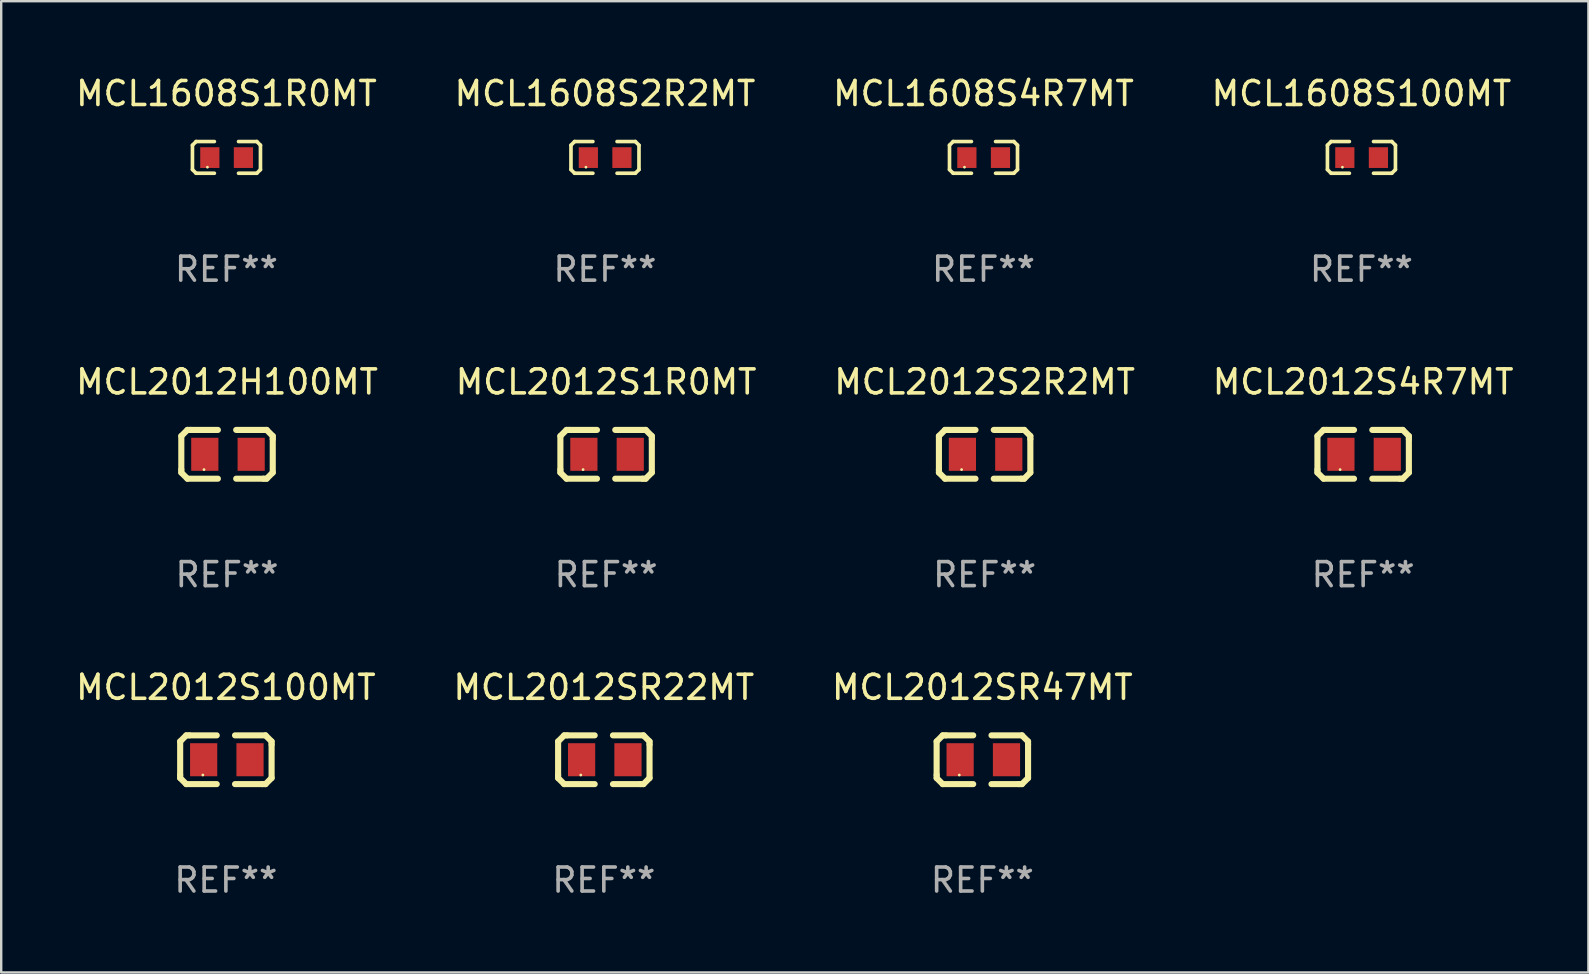
<source format=kicad_pcb>
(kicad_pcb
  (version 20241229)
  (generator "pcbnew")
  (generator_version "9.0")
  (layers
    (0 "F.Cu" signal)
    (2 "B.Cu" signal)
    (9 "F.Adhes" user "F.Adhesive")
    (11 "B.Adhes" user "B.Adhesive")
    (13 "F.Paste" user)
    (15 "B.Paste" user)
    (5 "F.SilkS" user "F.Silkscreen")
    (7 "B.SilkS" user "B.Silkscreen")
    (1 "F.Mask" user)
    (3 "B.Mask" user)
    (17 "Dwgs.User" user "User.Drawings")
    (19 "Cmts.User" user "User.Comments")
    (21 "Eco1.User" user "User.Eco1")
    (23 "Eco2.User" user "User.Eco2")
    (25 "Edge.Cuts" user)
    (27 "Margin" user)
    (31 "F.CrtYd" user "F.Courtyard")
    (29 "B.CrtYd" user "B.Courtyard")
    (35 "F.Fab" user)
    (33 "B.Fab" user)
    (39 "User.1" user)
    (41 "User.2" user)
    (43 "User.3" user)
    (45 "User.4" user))
  (footprint "MCL2012H100MT"
    (layer "F.Cu")
    (at 6.411 15.882)
    (property "Reference" "MCL2012H100MT" (at 0 -3.016 0) (layer "F.SilkS") (effects (font (size 1 1) (thickness 0.15))))
    (attr through_hole)
    (fp_line (start -1.905 -0.762) (end -1.905 0.635) (stroke (width 0.254) (type solid)) (layer "F.SilkS"))
    (fp_line (start -1.905 0.635) (end -1.905 0.762) (stroke (width 0.254) (type solid)) (layer "F.SilkS"))
    (fp_line (start -1.905 0.762) (end -1.651 1.016) (stroke (width 0.254) (type solid)) (layer "F.SilkS"))
    (fp_line (start -1.651 -1.016) (end -1.905 -0.762) (stroke (width 0.254) (type solid)) (layer "F.SilkS"))
    (fp_line (start -1.651 1.016) (end -0.381 1.016) (stroke (width 0.254) (type solid)) (layer "F.SilkS"))
    (fp_line (start -1.524 -1.016) (end -1.651 -1.016) (stroke (width 0.254) (type solid)) (layer "F.SilkS"))
    (fp_line (start -0.381 -1.016) (end -1.524 -1.016) (stroke (width 0.254) (type solid)) (layer "F.SilkS"))
    (fp_line (start 0.381 1.016) (end 1.524 1.016) (stroke (width 0.254) (type solid)) (layer "F.SilkS"))
    (fp_line (start 1.524 1.016) (end 1.651 1.016) (stroke (width 0.254) (type solid)) (layer "F.SilkS"))
    (fp_line (start 1.651 -1.016) (end 0.381 -1.016) (stroke (width 0.254) (type solid)) (layer "F.SilkS"))
    (fp_line (start 1.651 1.016) (end 1.905 0.762) (stroke (width 0.254) (type solid)) (layer "F.SilkS"))
    (fp_line (start 1.905 -0.762) (end 1.651 -1.016) (stroke (width 0.254) (type solid)) (layer "F.SilkS"))
    (fp_line (start 1.905 -0.635) (end 1.905 -0.762) (stroke (width 0.254) (type solid)) (layer "F.SilkS"))
    (fp_line (start 1.905 0.762) (end 1.905 -0.635) (stroke (width 0.254) (type solid)) (layer "F.SilkS"))
    (fp_circle (center -0.96 0.637) (end -0.93 0.637) (stroke (width 0.06) (type solid)) (fill no) (layer "F.SilkS"))
    (fp_text user "REF**" (at 0 5.016 0) (layer "F.Fab") (effects (font (size 1 1) (thickness 0.15))))
    (pad "1" smd rect (at -0.926 -0.000051) (size 1.133 1.377) (layers "F.Cu" "F.Mask" "F.Paste"))
    (pad "2" smd rect (at 1.006 -0.000051) (size 1.133 1.377) (layers "F.Cu" "F.Mask" "F.Paste")))
  (footprint "MCL1608S2R2MT"
    (layer "F.Cu")
    (at 22.161 3.509)
    (property "Reference" "MCL1608S2R2MT" (at 0 -2.661 0) (layer "F.SilkS") (effects (font (size 1 1) (thickness 0.15))))
    (attr through_hole)
    (fp_line (start -1.417 -0.508) (end -1.265 -0.661) (stroke (width 0.152) (type solid)) (layer "F.SilkS"))
    (fp_line (start -1.417 0.508) (end -1.417 -0.508) (stroke (width 0.152) (type solid)) (layer "F.SilkS"))
    (fp_line (start -1.265 -0.661) (end -0.503 -0.661) (stroke (width 0.152) (type solid)) (layer "F.SilkS"))
    (fp_line (start -1.265 0.661) (end -1.417 0.508) (stroke (width 0.152) (type solid)) (layer "F.SilkS"))
    (fp_line (start -1.265 0.661) (end -0.503 0.661) (stroke (width 0.152) (type solid)) (layer "F.SilkS"))
    (fp_line (start 1.265 -0.661) (end 0.503 -0.661) (stroke (width 0.152) (type solid)) (layer "F.SilkS"))
    (fp_line (start 1.265 -0.661) (end 1.417 -0.508) (stroke (width 0.152) (type solid)) (layer "F.SilkS"))
    (fp_line (start 1.265 0.661) (end 0.503 0.661) (stroke (width 0.152) (type solid)) (layer "F.SilkS"))
    (fp_line (start 1.417 -0.508) (end 1.417 0.508) (stroke (width 0.152) (type solid)) (layer "F.SilkS"))
    (fp_line (start 1.417 0.508) (end 1.265 0.661) (stroke (width 0.152) (type solid)) (layer "F.SilkS"))
    (fp_circle (center -0.793 0.409) (end -0.763 0.409) (stroke (width 0.06) (type solid)) (fill no) (layer "F.SilkS"))
    (fp_text user "REF**" (at 0 4.661 0) (layer "F.Fab") (effects (font (size 1 1) (thickness 0.15))))
    (pad "1" smd rect (at -0.693 0.009 180) (size 0.8 0.864) (layers "F.Cu" "F.Mask" "F.Paste"))
    (pad "2" smd rect (at 0.707 0.009 180) (size 0.8 0.864) (layers "F.Cu" "F.Mask" "F.Paste")))
  (footprint "MCL1608S100MT"
    (layer "F.Cu")
    (at 53.685 3.509)
    (property "Reference" "MCL1608S100MT" (at 0 -2.661 0) (layer "F.SilkS") (effects (font (size 1 1) (thickness 0.15))))
    (attr through_hole)
    (fp_line (start -1.417 -0.508) (end -1.265 -0.661) (stroke (width 0.152) (type solid)) (layer "F.SilkS"))
    (fp_line (start -1.417 0.508) (end -1.417 -0.508) (stroke (width 0.152) (type solid)) (layer "F.SilkS"))
    (fp_line (start -1.265 -0.661) (end -0.503 -0.661) (stroke (width 0.152) (type solid)) (layer "F.SilkS"))
    (fp_line (start -1.265 0.661) (end -1.417 0.508) (stroke (width 0.152) (type solid)) (layer "F.SilkS"))
    (fp_line (start -1.265 0.661) (end -0.503 0.661) (stroke (width 0.152) (type solid)) (layer "F.SilkS"))
    (fp_line (start 1.265 -0.661) (end 0.503 -0.661) (stroke (width 0.152) (type solid)) (layer "F.SilkS"))
    (fp_line (start 1.265 -0.661) (end 1.417 -0.508) (stroke (width 0.152) (type solid)) (layer "F.SilkS"))
    (fp_line (start 1.265 0.661) (end 0.503 0.661) (stroke (width 0.152) (type solid)) (layer "F.SilkS"))
    (fp_line (start 1.417 -0.508) (end 1.417 0.508) (stroke (width 0.152) (type solid)) (layer "F.SilkS"))
    (fp_line (start 1.417 0.508) (end 1.265 0.661) (stroke (width 0.152) (type solid)) (layer "F.SilkS"))
    (fp_circle (center -0.793 0.409) (end -0.763 0.409) (stroke (width 0.06) (type solid)) (fill no) (layer "F.SilkS"))
    (fp_text user "REF**" (at 0 4.661 0) (layer "F.Fab") (effects (font (size 1 1) (thickness 0.15))))
    (pad "1" smd rect (at -0.693 0.009 180) (size 0.8 0.864) (layers "F.Cu" "F.Mask" "F.Paste"))
    (pad "2" smd rect (at 0.707 0.009 180) (size 0.8 0.864) (layers "F.Cu" "F.Mask" "F.Paste")))
  (footprint "MCL2012S4R7MT"
    (layer "F.Cu")
    (at 53.756 15.882)
    (property "Reference" "MCL2012S4R7MT" (at 0 -3.016 0) (layer "F.SilkS") (effects (font (size 1 1) (thickness 0.15))))
    (attr through_hole)
    (fp_line (start -1.905 -0.762) (end -1.905 0.635) (stroke (width 0.254) (type solid)) (layer "F.SilkS"))
    (fp_line (start -1.905 0.635) (end -1.905 0.762) (stroke (width 0.254) (type solid)) (layer "F.SilkS"))
    (fp_line (start -1.905 0.762) (end -1.651 1.016) (stroke (width 0.254) (type solid)) (layer "F.SilkS"))
    (fp_line (start -1.651 -1.016) (end -1.905 -0.762) (stroke (width 0.254) (type solid)) (layer "F.SilkS"))
    (fp_line (start -1.651 1.016) (end -0.381 1.016) (stroke (width 0.254) (type solid)) (layer "F.SilkS"))
    (fp_line (start -1.524 -1.016) (end -1.651 -1.016) (stroke (width 0.254) (type solid)) (layer "F.SilkS"))
    (fp_line (start -0.381 -1.016) (end -1.524 -1.016) (stroke (width 0.254) (type solid)) (layer "F.SilkS"))
    (fp_line (start 0.381 1.016) (end 1.524 1.016) (stroke (width 0.254) (type solid)) (layer "F.SilkS"))
    (fp_line (start 1.524 1.016) (end 1.651 1.016) (stroke (width 0.254) (type solid)) (layer "F.SilkS"))
    (fp_line (start 1.651 -1.016) (end 0.381 -1.016) (stroke (width 0.254) (type solid)) (layer "F.SilkS"))
    (fp_line (start 1.651 1.016) (end 1.905 0.762) (stroke (width 0.254) (type solid)) (layer "F.SilkS"))
    (fp_line (start 1.905 -0.762) (end 1.651 -1.016) (stroke (width 0.254) (type solid)) (layer "F.SilkS"))
    (fp_line (start 1.905 -0.635) (end 1.905 -0.762) (stroke (width 0.254) (type solid)) (layer "F.SilkS"))
    (fp_line (start 1.905 0.762) (end 1.905 -0.635) (stroke (width 0.254) (type solid)) (layer "F.SilkS"))
    (fp_circle (center -0.96 0.637) (end -0.93 0.637) (stroke (width 0.06) (type solid)) (fill no) (layer "F.SilkS"))
    (fp_text user "REF**" (at 0 5.016 0) (layer "F.Fab") (effects (font (size 1 1) (thickness 0.15))))
    (pad "1" smd rect (at -0.926 -0.000051) (size 1.133 1.377) (layers "F.Cu" "F.Mask" "F.Paste"))
    (pad "2" smd rect (at 1.006 -0.000051) (size 1.133 1.377) (layers "F.Cu" "F.Mask" "F.Paste")))
  (footprint "MCL2012SR47MT"
    (layer "F.Cu")
    (at 37.887 28.61)
    (property "Reference" "MCL2012SR47MT" (at 0 -3.016 0) (layer "F.SilkS") (effects (font (size 1 1) (thickness 0.15))))
    (attr through_hole)
    (fp_line (start -1.905 -0.762) (end -1.905 0.635) (stroke (width 0.254) (type solid)) (layer "F.SilkS"))
    (fp_line (start -1.905 0.635) (end -1.905 0.762) (stroke (width 0.254) (type solid)) (layer "F.SilkS"))
    (fp_line (start -1.905 0.762) (end -1.651 1.016) (stroke (width 0.254) (type solid)) (layer "F.SilkS"))
    (fp_line (start -1.651 -1.016) (end -1.905 -0.762) (stroke (width 0.254) (type solid)) (layer "F.SilkS"))
    (fp_line (start -1.651 1.016) (end -0.381 1.016) (stroke (width 0.254) (type solid)) (layer "F.SilkS"))
    (fp_line (start -1.524 -1.016) (end -1.651 -1.016) (stroke (width 0.254) (type solid)) (layer "F.SilkS"))
    (fp_line (start -0.381 -1.016) (end -1.524 -1.016) (stroke (width 0.254) (type solid)) (layer "F.SilkS"))
    (fp_line (start 0.381 1.016) (end 1.524 1.016) (stroke (width 0.254) (type solid)) (layer "F.SilkS"))
    (fp_line (start 1.524 1.016) (end 1.651 1.016) (stroke (width 0.254) (type solid)) (layer "F.SilkS"))
    (fp_line (start 1.651 -1.016) (end 0.381 -1.016) (stroke (width 0.254) (type solid)) (layer "F.SilkS"))
    (fp_line (start 1.651 1.016) (end 1.905 0.762) (stroke (width 0.254) (type solid)) (layer "F.SilkS"))
    (fp_line (start 1.905 -0.762) (end 1.651 -1.016) (stroke (width 0.254) (type solid)) (layer "F.SilkS"))
    (fp_line (start 1.905 -0.635) (end 1.905 -0.762) (stroke (width 0.254) (type solid)) (layer "F.SilkS"))
    (fp_line (start 1.905 0.762) (end 1.905 -0.635) (stroke (width 0.254) (type solid)) (layer "F.SilkS"))
    (fp_circle (center -0.96 0.637) (end -0.93 0.637) (stroke (width 0.06) (type solid)) (fill no) (layer "F.SilkS"))
    (fp_text user "REF**" (at 0 5.016 0) (layer "F.Fab") (effects (font (size 1 1) (thickness 0.15))))
    (pad "1" smd rect (at -0.926 -0.000051) (size 1.133 1.377) (layers "F.Cu" "F.Mask" "F.Paste"))
    (pad "2" smd rect (at 1.006 -0.000051) (size 1.133 1.377) (layers "F.Cu" "F.Mask" "F.Paste")))
  (footprint "MCL2012S100MT"
    (layer "F.Cu")
    (at 6.363 28.61)
    (property "Reference" "MCL2012S100MT" (at 0 -3.016 0) (layer "F.SilkS") (effects (font (size 1 1) (thickness 0.15))))
    (attr through_hole)
    (fp_line (start -1.905 -0.762) (end -1.905 0.635) (stroke (width 0.254) (type solid)) (layer "F.SilkS"))
    (fp_line (start -1.905 0.635) (end -1.905 0.762) (stroke (width 0.254) (type solid)) (layer "F.SilkS"))
    (fp_line (start -1.905 0.762) (end -1.651 1.016) (stroke (width 0.254) (type solid)) (layer "F.SilkS"))
    (fp_line (start -1.651 -1.016) (end -1.905 -0.762) (stroke (width 0.254) (type solid)) (layer "F.SilkS"))
    (fp_line (start -1.651 1.016) (end -0.381 1.016) (stroke (width 0.254) (type solid)) (layer "F.SilkS"))
    (fp_line (start -1.524 -1.016) (end -1.651 -1.016) (stroke (width 0.254) (type solid)) (layer "F.SilkS"))
    (fp_line (start -0.381 -1.016) (end -1.524 -1.016) (stroke (width 0.254) (type solid)) (layer "F.SilkS"))
    (fp_line (start 0.381 1.016) (end 1.524 1.016) (stroke (width 0.254) (type solid)) (layer "F.SilkS"))
    (fp_line (start 1.524 1.016) (end 1.651 1.016) (stroke (width 0.254) (type solid)) (layer "F.SilkS"))
    (fp_line (start 1.651 -1.016) (end 0.381 -1.016) (stroke (width 0.254) (type solid)) (layer "F.SilkS"))
    (fp_line (start 1.651 1.016) (end 1.905 0.762) (stroke (width 0.254) (type solid)) (layer "F.SilkS"))
    (fp_line (start 1.905 -0.762) (end 1.651 -1.016) (stroke (width 0.254) (type solid)) (layer "F.SilkS"))
    (fp_line (start 1.905 -0.635) (end 1.905 -0.762) (stroke (width 0.254) (type solid)) (layer "F.SilkS"))
    (fp_line (start 1.905 0.762) (end 1.905 -0.635) (stroke (width 0.254) (type solid)) (layer "F.SilkS"))
    (fp_circle (center -0.96 0.637) (end -0.93 0.637) (stroke (width 0.06) (type solid)) (fill no) (layer "F.SilkS"))
    (fp_text user "REF**" (at 0 5.016 0) (layer "F.Fab") (effects (font (size 1 1) (thickness 0.15))))
    (pad "1" smd rect (at -0.926 -0.000051) (size 1.133 1.377) (layers "F.Cu" "F.Mask" "F.Paste"))
    (pad "2" smd rect (at 1.006 -0.000051) (size 1.133 1.377) (layers "F.Cu" "F.Mask" "F.Paste")))
  (footprint "MCL1608S4R7MT"
    (layer "F.Cu")
    (at 37.935 3.509)
    (property "Reference" "MCL1608S4R7MT" (at 0 -2.661 0) (layer "F.SilkS") (effects (font (size 1 1) (thickness 0.15))))
    (attr through_hole)
    (fp_line (start -1.417 -0.508) (end -1.265 -0.661) (stroke (width 0.152) (type solid)) (layer "F.SilkS"))
    (fp_line (start -1.417 0.508) (end -1.417 -0.508) (stroke (width 0.152) (type solid)) (layer "F.SilkS"))
    (fp_line (start -1.265 -0.661) (end -0.503 -0.661) (stroke (width 0.152) (type solid)) (layer "F.SilkS"))
    (fp_line (start -1.265 0.661) (end -1.417 0.508) (stroke (width 0.152) (type solid)) (layer "F.SilkS"))
    (fp_line (start -1.265 0.661) (end -0.503 0.661) (stroke (width 0.152) (type solid)) (layer "F.SilkS"))
    (fp_line (start 1.265 -0.661) (end 0.503 -0.661) (stroke (width 0.152) (type solid)) (layer "F.SilkS"))
    (fp_line (start 1.265 -0.661) (end 1.417 -0.508) (stroke (width 0.152) (type solid)) (layer "F.SilkS"))
    (fp_line (start 1.265 0.661) (end 0.503 0.661) (stroke (width 0.152) (type solid)) (layer "F.SilkS"))
    (fp_line (start 1.417 -0.508) (end 1.417 0.508) (stroke (width 0.152) (type solid)) (layer "F.SilkS"))
    (fp_line (start 1.417 0.508) (end 1.265 0.661) (stroke (width 0.152) (type solid)) (layer "F.SilkS"))
    (fp_circle (center -0.793 0.409) (end -0.763 0.409) (stroke (width 0.06) (type solid)) (fill no) (layer "F.SilkS"))
    (fp_text user "REF**" (at 0 4.661 0) (layer "F.Fab") (effects (font (size 1 1) (thickness 0.15))))
    (pad "1" smd rect (at -0.693 0.009 180) (size 0.8 0.864) (layers "F.Cu" "F.Mask" "F.Paste"))
    (pad "2" smd rect (at 0.707 0.009 180) (size 0.8 0.864) (layers "F.Cu" "F.Mask" "F.Paste")))
  (footprint "MCL1608S1R0MT"
    (layer "F.Cu")
    (at 6.387 3.509)
    (property "Reference" "MCL1608S1R0MT" (at 0 -2.661 0) (layer "F.SilkS") (effects (font (size 1 1) (thickness 0.15))))
    (attr through_hole)
    (fp_line (start -1.417 -0.508) (end -1.265 -0.661) (stroke (width 0.152) (type solid)) (layer "F.SilkS"))
    (fp_line (start -1.417 0.508) (end -1.417 -0.508) (stroke (width 0.152) (type solid)) (layer "F.SilkS"))
    (fp_line (start -1.265 -0.661) (end -0.503 -0.661) (stroke (width 0.152) (type solid)) (layer "F.SilkS"))
    (fp_line (start -1.265 0.661) (end -1.417 0.508) (stroke (width 0.152) (type solid)) (layer "F.SilkS"))
    (fp_line (start -1.265 0.661) (end -0.503 0.661) (stroke (width 0.152) (type solid)) (layer "F.SilkS"))
    (fp_line (start 1.265 -0.661) (end 0.503 -0.661) (stroke (width 0.152) (type solid)) (layer "F.SilkS"))
    (fp_line (start 1.265 -0.661) (end 1.417 -0.508) (stroke (width 0.152) (type solid)) (layer "F.SilkS"))
    (fp_line (start 1.265 0.661) (end 0.503 0.661) (stroke (width 0.152) (type solid)) (layer "F.SilkS"))
    (fp_line (start 1.417 -0.508) (end 1.417 0.508) (stroke (width 0.152) (type solid)) (layer "F.SilkS"))
    (fp_line (start 1.417 0.508) (end 1.265 0.661) (stroke (width 0.152) (type solid)) (layer "F.SilkS"))
    (fp_circle (center -0.793 0.409) (end -0.763 0.409) (stroke (width 0.06) (type solid)) (fill no) (layer "F.SilkS"))
    (fp_text user "REF**" (at 0 4.661 0) (layer "F.Fab") (effects (font (size 1 1) (thickness 0.15))))
    (pad "1" smd rect (at -0.693 0.009 180) (size 0.8 0.864) (layers "F.Cu" "F.Mask" "F.Paste"))
    (pad "2" smd rect (at 0.707 0.009 180) (size 0.8 0.864) (layers "F.Cu" "F.Mask" "F.Paste")))
  (footprint "MCL2012S1R0MT"
    (layer "F.Cu")
    (at 22.208 15.882)
    (property "Reference" "MCL2012S1R0MT" (at 0 -3.016 0) (layer "F.SilkS") (effects (font (size 1 1) (thickness 0.15))))
    (attr through_hole)
    (fp_line (start -1.905 -0.762) (end -1.905 0.635) (stroke (width 0.254) (type solid)) (layer "F.SilkS"))
    (fp_line (start -1.905 0.635) (end -1.905 0.762) (stroke (width 0.254) (type solid)) (layer "F.SilkS"))
    (fp_line (start -1.905 0.762) (end -1.651 1.016) (stroke (width 0.254) (type solid)) (layer "F.SilkS"))
    (fp_line (start -1.651 -1.016) (end -1.905 -0.762) (stroke (width 0.254) (type solid)) (layer "F.SilkS"))
    (fp_line (start -1.651 1.016) (end -0.381 1.016) (stroke (width 0.254) (type solid)) (layer "F.SilkS"))
    (fp_line (start -1.524 -1.016) (end -1.651 -1.016) (stroke (width 0.254) (type solid)) (layer "F.SilkS"))
    (fp_line (start -0.381 -1.016) (end -1.524 -1.016) (stroke (width 0.254) (type solid)) (layer "F.SilkS"))
    (fp_line (start 0.381 1.016) (end 1.524 1.016) (stroke (width 0.254) (type solid)) (layer "F.SilkS"))
    (fp_line (start 1.524 1.016) (end 1.651 1.016) (stroke (width 0.254) (type solid)) (layer "F.SilkS"))
    (fp_line (start 1.651 -1.016) (end 0.381 -1.016) (stroke (width 0.254) (type solid)) (layer "F.SilkS"))
    (fp_line (start 1.651 1.016) (end 1.905 0.762) (stroke (width 0.254) (type solid)) (layer "F.SilkS"))
    (fp_line (start 1.905 -0.762) (end 1.651 -1.016) (stroke (width 0.254) (type solid)) (layer "F.SilkS"))
    (fp_line (start 1.905 -0.635) (end 1.905 -0.762) (stroke (width 0.254) (type solid)) (layer "F.SilkS"))
    (fp_line (start 1.905 0.762) (end 1.905 -0.635) (stroke (width 0.254) (type solid)) (layer "F.SilkS"))
    (fp_circle (center -0.96 0.637) (end -0.93 0.637) (stroke (width 0.06) (type solid)) (fill no) (layer "F.SilkS"))
    (fp_text user "REF**" (at 0 5.016 0) (layer "F.Fab") (effects (font (size 1 1) (thickness 0.15))))
    (pad "1" smd rect (at -0.926 -0.000051) (size 1.133 1.377) (layers "F.Cu" "F.Mask" "F.Paste"))
    (pad "2" smd rect (at 1.006 -0.000051) (size 1.133 1.377) (layers "F.Cu" "F.Mask" "F.Paste")))
  (footprint "MCL2012SR22MT"
    (layer "F.Cu")
    (at 22.113 28.61)
    (property "Reference" "MCL2012SR22MT" (at 0 -3.016 0) (layer "F.SilkS") (effects (font (size 1 1) (thickness 0.15))))
    (attr through_hole)
    (fp_line (start -1.905 -0.762) (end -1.905 0.635) (stroke (width 0.254) (type solid)) (layer "F.SilkS"))
    (fp_line (start -1.905 0.635) (end -1.905 0.762) (stroke (width 0.254) (type solid)) (layer "F.SilkS"))
    (fp_line (start -1.905 0.762) (end -1.651 1.016) (stroke (width 0.254) (type solid)) (layer "F.SilkS"))
    (fp_line (start -1.651 -1.016) (end -1.905 -0.762) (stroke (width 0.254) (type solid)) (layer "F.SilkS"))
    (fp_line (start -1.651 1.016) (end -0.381 1.016) (stroke (width 0.254) (type solid)) (layer "F.SilkS"))
    (fp_line (start -1.524 -1.016) (end -1.651 -1.016) (stroke (width 0.254) (type solid)) (layer "F.SilkS"))
    (fp_line (start -0.381 -1.016) (end -1.524 -1.016) (stroke (width 0.254) (type solid)) (layer "F.SilkS"))
    (fp_line (start 0.381 1.016) (end 1.524 1.016) (stroke (width 0.254) (type solid)) (layer "F.SilkS"))
    (fp_line (start 1.524 1.016) (end 1.651 1.016) (stroke (width 0.254) (type solid)) (layer "F.SilkS"))
    (fp_line (start 1.651 -1.016) (end 0.381 -1.016) (stroke (width 0.254) (type solid)) (layer "F.SilkS"))
    (fp_line (start 1.651 1.016) (end 1.905 0.762) (stroke (width 0.254) (type solid)) (layer "F.SilkS"))
    (fp_line (start 1.905 -0.762) (end 1.651 -1.016) (stroke (width 0.254) (type solid)) (layer "F.SilkS"))
    (fp_line (start 1.905 -0.635) (end 1.905 -0.762) (stroke (width 0.254) (type solid)) (layer "F.SilkS"))
    (fp_line (start 1.905 0.762) (end 1.905 -0.635) (stroke (width 0.254) (type solid)) (layer "F.SilkS"))
    (fp_circle (center -0.96 0.637) (end -0.93 0.637) (stroke (width 0.06) (type solid)) (fill no) (layer "F.SilkS"))
    (fp_text user "REF**" (at 0 5.016 0) (layer "F.Fab") (effects (font (size 1 1) (thickness 0.15))))
    (pad "1" smd rect (at -0.926 -0.000051) (size 1.133 1.377) (layers "F.Cu" "F.Mask" "F.Paste"))
    (pad "2" smd rect (at 1.006 -0.000051) (size 1.133 1.377) (layers "F.Cu" "F.Mask" "F.Paste")))
  (footprint "MCL2012S2R2MT"
    (layer "F.Cu")
    (at 37.982 15.882)
    (property "Reference" "MCL2012S2R2MT" (at 0 -3.016 0) (layer "F.SilkS") (effects (font (size 1 1) (thickness 0.15))))
    (attr through_hole)
    (fp_line (start -1.905 -0.762) (end -1.905 0.635) (stroke (width 0.254) (type solid)) (layer "F.SilkS"))
    (fp_line (start -1.905 0.635) (end -1.905 0.762) (stroke (width 0.254) (type solid)) (layer "F.SilkS"))
    (fp_line (start -1.905 0.762) (end -1.651 1.016) (stroke (width 0.254) (type solid)) (layer "F.SilkS"))
    (fp_line (start -1.651 -1.016) (end -1.905 -0.762) (stroke (width 0.254) (type solid)) (layer "F.SilkS"))
    (fp_line (start -1.651 1.016) (end -0.381 1.016) (stroke (width 0.254) (type solid)) (layer "F.SilkS"))
    (fp_line (start -1.524 -1.016) (end -1.651 -1.016) (stroke (width 0.254) (type solid)) (layer "F.SilkS"))
    (fp_line (start -0.381 -1.016) (end -1.524 -1.016) (stroke (width 0.254) (type solid)) (layer "F.SilkS"))
    (fp_line (start 0.381 1.016) (end 1.524 1.016) (stroke (width 0.254) (type solid)) (layer "F.SilkS"))
    (fp_line (start 1.524 1.016) (end 1.651 1.016) (stroke (width 0.254) (type solid)) (layer "F.SilkS"))
    (fp_line (start 1.651 -1.016) (end 0.381 -1.016) (stroke (width 0.254) (type solid)) (layer "F.SilkS"))
    (fp_line (start 1.651 1.016) (end 1.905 0.762) (stroke (width 0.254) (type solid)) (layer "F.SilkS"))
    (fp_line (start 1.905 -0.762) (end 1.651 -1.016) (stroke (width 0.254) (type solid)) (layer "F.SilkS"))
    (fp_line (start 1.905 -0.635) (end 1.905 -0.762) (stroke (width 0.254) (type solid)) (layer "F.SilkS"))
    (fp_line (start 1.905 0.762) (end 1.905 -0.635) (stroke (width 0.254) (type solid)) (layer "F.SilkS"))
    (fp_circle (center -0.96 0.637) (end -0.93 0.637) (stroke (width 0.06) (type solid)) (fill no) (layer "F.SilkS"))
    (fp_text user "REF**" (at 0 5.016 0) (layer "F.Fab") (effects (font (size 1 1) (thickness 0.15))))
    (pad "1" smd rect (at -0.926 -0.000051) (size 1.133 1.377) (layers "F.Cu" "F.Mask" "F.Paste"))
    (pad "2" smd rect (at 1.006 -0.000051) (size 1.133 1.377) (layers "F.Cu" "F.Mask" "F.Paste")))
  (gr_rect
    (start -3 -3)
    (end 63.143 37.475)
    (stroke (width 0.1) (type default))
    (fill no)
    (layer "Edge.Cuts")))
</source>
